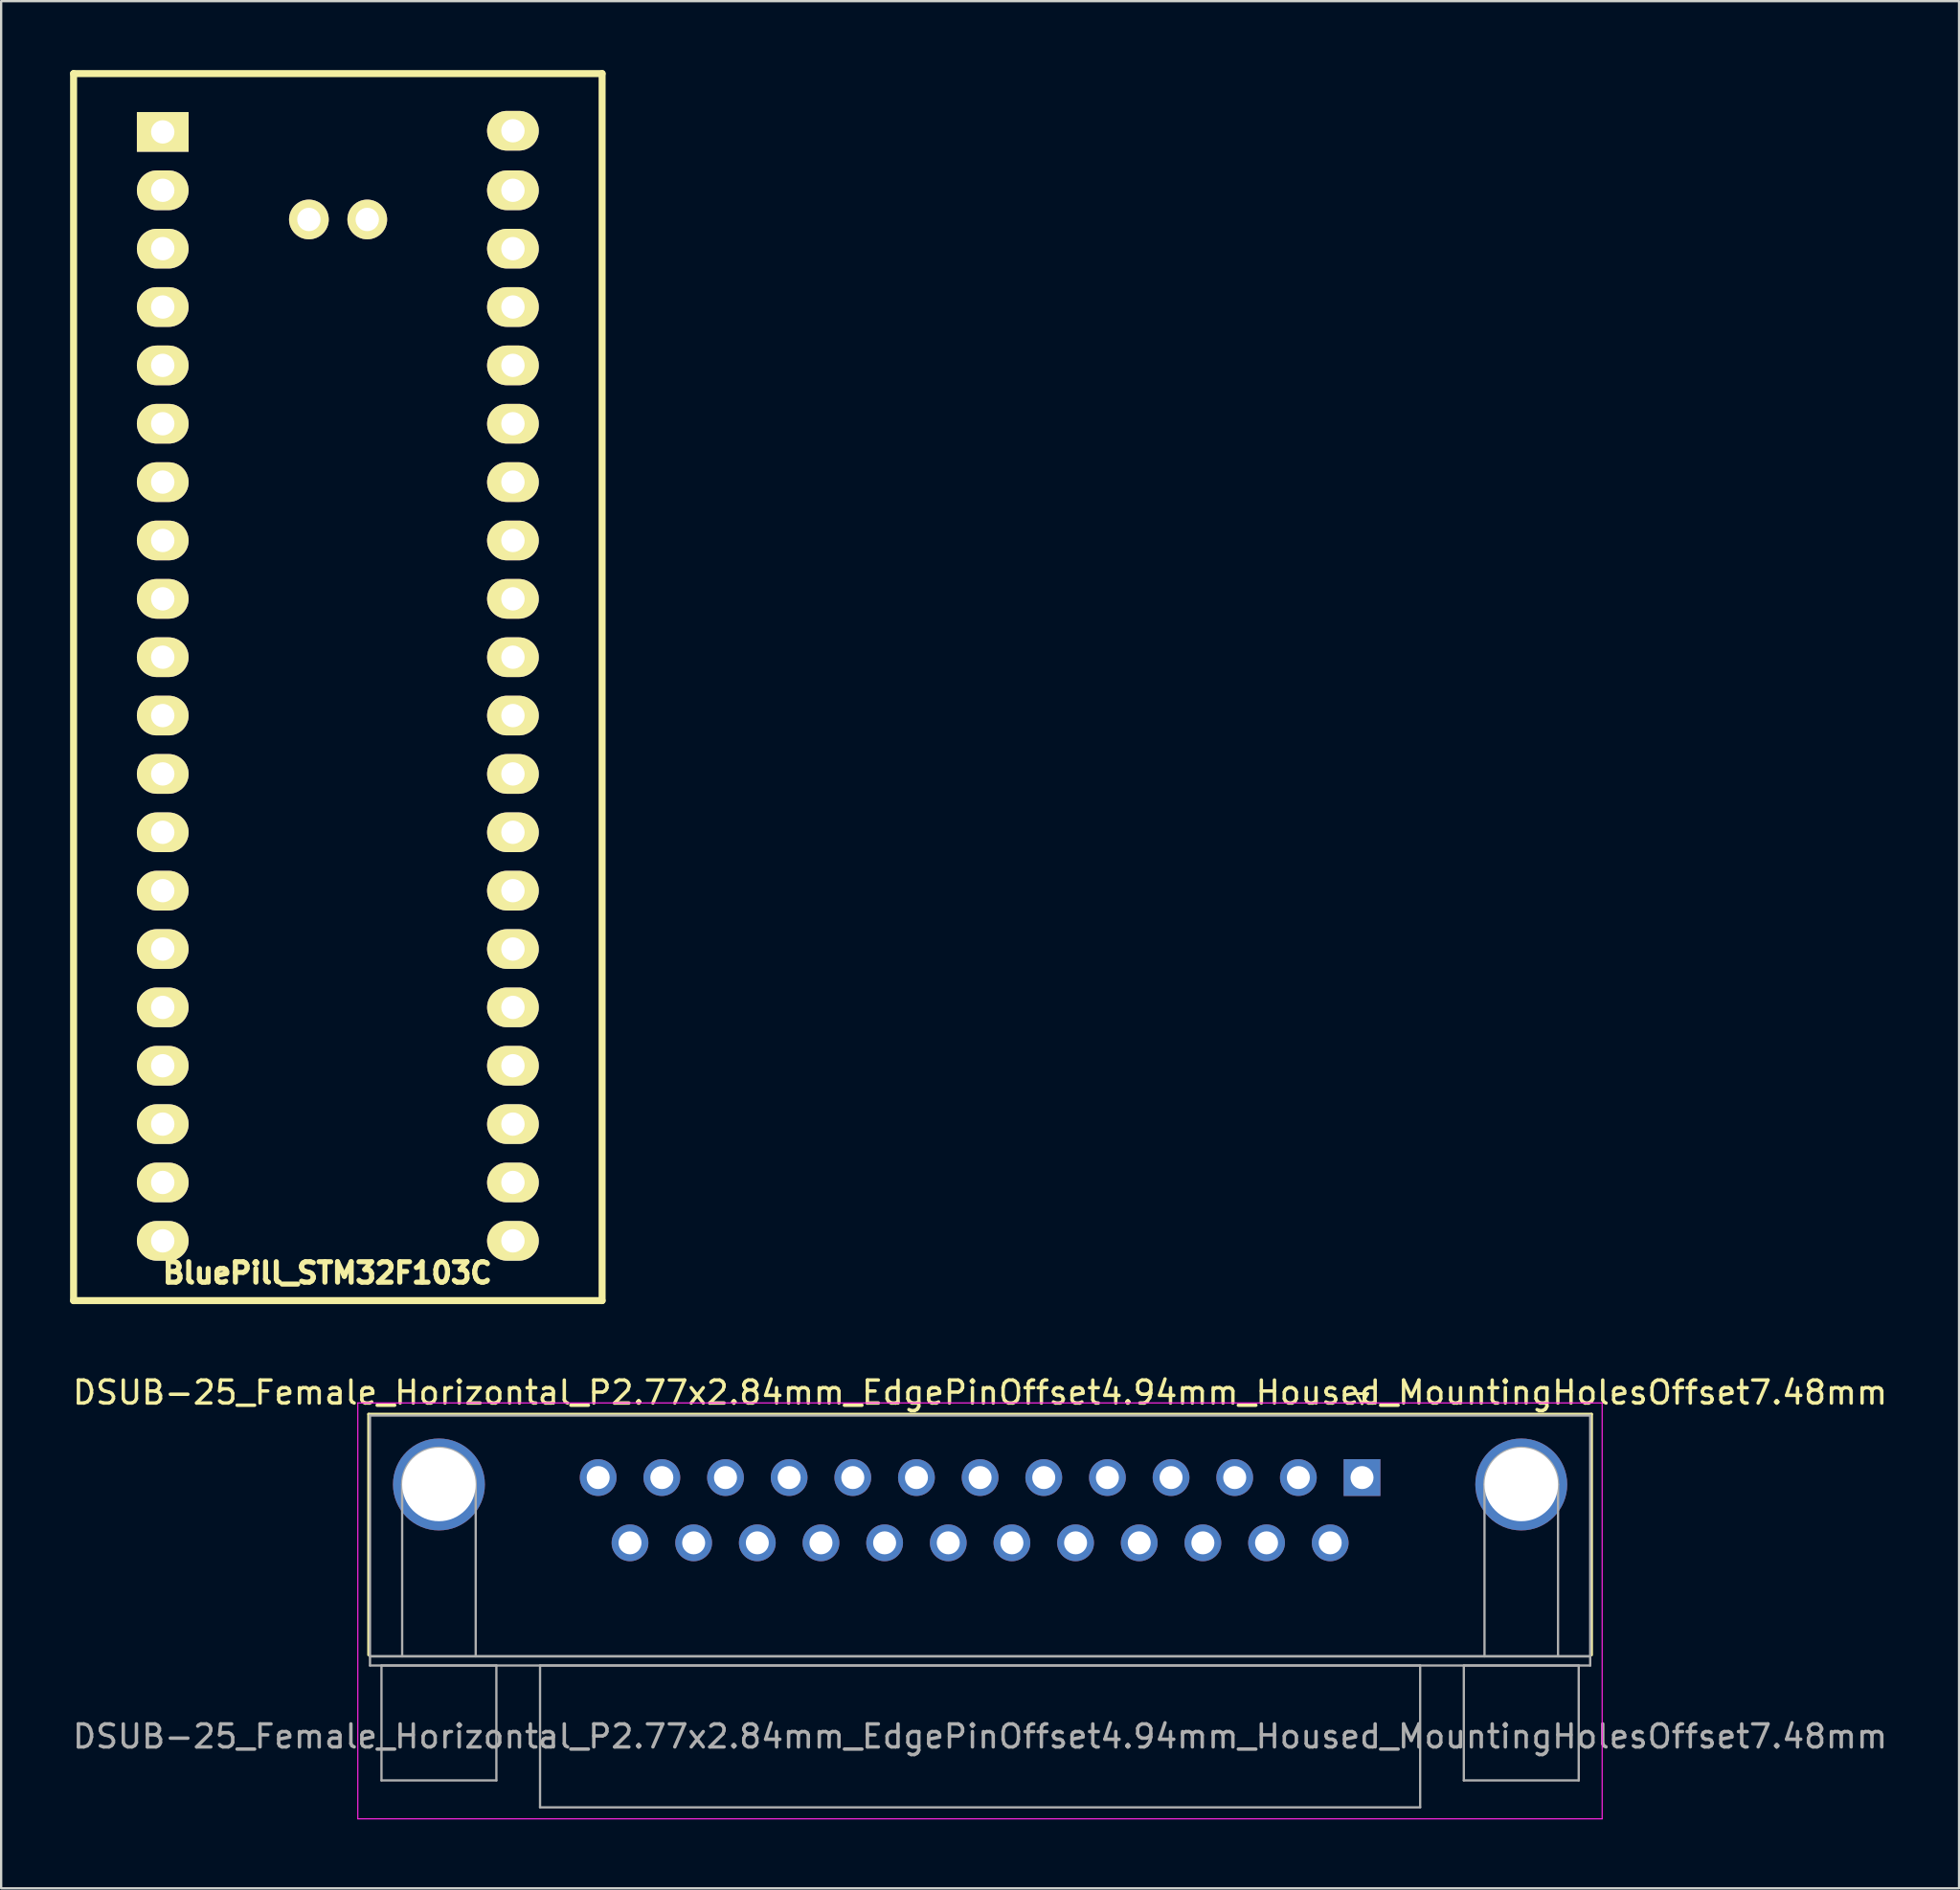
<source format=kicad_pcb>
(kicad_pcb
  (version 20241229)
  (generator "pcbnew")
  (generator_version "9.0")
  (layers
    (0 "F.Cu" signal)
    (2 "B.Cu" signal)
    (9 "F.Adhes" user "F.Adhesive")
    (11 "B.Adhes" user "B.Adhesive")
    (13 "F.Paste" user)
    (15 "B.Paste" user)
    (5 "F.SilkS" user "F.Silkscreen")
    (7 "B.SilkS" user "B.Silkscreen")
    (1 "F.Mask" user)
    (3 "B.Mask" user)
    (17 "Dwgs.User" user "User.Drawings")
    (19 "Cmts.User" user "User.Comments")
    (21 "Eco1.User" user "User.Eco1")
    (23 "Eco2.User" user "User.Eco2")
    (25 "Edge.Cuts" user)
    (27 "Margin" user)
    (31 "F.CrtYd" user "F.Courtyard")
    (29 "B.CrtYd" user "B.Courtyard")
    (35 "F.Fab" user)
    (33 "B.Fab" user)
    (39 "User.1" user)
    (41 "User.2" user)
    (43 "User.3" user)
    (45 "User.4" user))
  (footprint "BluePill_STM32F103C"
    (layer "F.Cu")
    (at 4.032 2.742)
    (property "Reference" "BluePill_STM32F103C" (at 7.163 49.606 180) (layer "F.SilkS") (effects (font (size 0.889 0.889) (thickness 0.305))))
    (attr through_hole)
    (fp_line (start -3.88 -2.59) (end 19.12 -2.59) (stroke (width 0.305) (type solid)) (layer "F.SilkS"))
    (fp_line (start -3.88 50.81) (end -3.88 -2.59) (stroke (width 0.305) (type solid)) (layer "F.SilkS"))
    (fp_line (start 19.12 -2.59) (end 19.12 50.81) (stroke (width 0.305) (type solid)) (layer "F.SilkS"))
    (fp_line (start 19.12 50.81) (end -3.88 50.81) (stroke (width 0.305) (type solid)) (layer "F.SilkS"))
    (pad "1" thru_hole rect (at 0 -0.051 270) (size 1.727 2.25) (drill 1.016) (layers "*.Cu" "*.Mask" "F.SilkS"))
    (pad "2" thru_hole oval (at 0 2.489 270) (size 1.727 2.25) (drill 1.016) (layers "*.Cu" "*.Mask" "F.SilkS"))
    (pad "3" thru_hole oval (at 0 5.029 270) (size 1.727 2.25) (drill 1.016) (layers "*.Cu" "*.Mask" "F.SilkS"))
    (pad "4" thru_hole oval (at 0 7.569 270) (size 1.727 2.25) (drill 1.016) (layers "*.Cu" "*.Mask" "F.SilkS"))
    (pad "5" thru_hole oval (at 0 10.109 270) (size 1.727 2.25) (drill 1.016) (layers "*.Cu" "*.Mask" "F.SilkS"))
    (pad "6" thru_hole oval (at 0 12.649 270) (size 1.727 2.25) (drill 1.016) (layers "*.Cu" "*.Mask" "F.SilkS"))
    (pad "7" thru_hole oval (at 0 15.189 270) (size 1.727 2.25) (drill 1.016) (layers "*.Cu" "*.Mask" "F.SilkS"))
    (pad "8" thru_hole oval (at 0 17.729 270) (size 1.727 2.25) (drill 1.016) (layers "*.Cu" "*.Mask" "F.SilkS"))
    (pad "9" thru_hole oval (at 0 20.269 270) (size 1.727 2.25) (drill 1.016) (layers "*.Cu" "*.Mask" "F.SilkS"))
    (pad "10" thru_hole oval (at 0 22.809 270) (size 1.727 2.25) (drill 1.016) (layers "*.Cu" "*.Mask" "F.SilkS"))
    (pad "11" thru_hole oval (at 0 25.349 270) (size 1.727 2.25) (drill 1.016) (layers "*.Cu" "*.Mask" "F.SilkS"))
    (pad "12" thru_hole oval (at 0 27.889 270) (size 1.727 2.25) (drill 1.016) (layers "*.Cu" "*.Mask" "F.SilkS"))
    (pad "13" thru_hole oval (at 0 30.429 270) (size 1.727 2.25) (drill 1.016) (layers "*.Cu" "*.Mask" "F.SilkS"))
    (pad "14" thru_hole oval (at 0 32.969 270) (size 1.727 2.25) (drill 1.016) (layers "*.Cu" "*.Mask" "F.SilkS"))
    (pad "15" thru_hole oval (at 0 35.509 270) (size 1.727 2.25) (drill 1.016) (layers "*.Cu" "*.Mask" "F.SilkS"))
    (pad "16" thru_hole oval (at 0 38.049 270) (size 1.727 2.25) (drill 1.016) (layers "*.Cu" "*.Mask" "F.SilkS"))
    (pad "17" thru_hole oval (at 0 40.589 270) (size 1.727 2.25) (drill 1.016) (layers "*.Cu" "*.Mask" "F.SilkS"))
    (pad "18" thru_hole oval (at 0 43.129 270) (size 1.727 2.25) (drill 1.016) (layers "*.Cu" "*.Mask" "F.SilkS"))
    (pad "19" thru_hole oval (at 0 45.669 270) (size 1.727 2.25) (drill 1.016) (layers "*.Cu" "*.Mask" "F.SilkS"))
    (pad "20" thru_hole oval (at 0 48.209 270) (size 1.727 2.25) (drill 1.016) (layers "*.Cu" "*.Mask" "F.SilkS"))
    (pad "21" thru_hole oval (at 15.24 48.209 90) (size 1.727 2.25) (drill 1.016) (layers "*.Cu" "*.Mask" "F.SilkS"))
    (pad "22" thru_hole oval (at 15.24 45.669 90) (size 1.727 2.25) (drill 1.016) (layers "*.Cu" "*.Mask" "F.SilkS"))
    (pad "23" thru_hole oval (at 15.24 43.129 90) (size 1.727 2.25) (drill 1.016) (layers "*.Cu" "*.Mask" "F.SilkS"))
    (pad "24" thru_hole oval (at 15.24 40.589 90) (size 1.727 2.25) (drill 1.016) (layers "*.Cu" "*.Mask" "F.SilkS"))
    (pad "25" thru_hole oval (at 15.24 38.049 90) (size 1.727 2.25) (drill 1.016) (layers "*.Cu" "*.Mask" "F.SilkS"))
    (pad "26" thru_hole oval (at 15.24 35.509 90) (size 1.727 2.25) (drill 1.016) (layers "*.Cu" "*.Mask" "F.SilkS"))
    (pad "27" thru_hole oval (at 15.24 32.969 90) (size 1.727 2.25) (drill 1.016) (layers "*.Cu" "*.Mask" "F.SilkS"))
    (pad "28" thru_hole oval (at 15.24 30.429 90) (size 1.727 2.25) (drill 1.016) (layers "*.Cu" "*.Mask" "F.SilkS"))
    (pad "29" thru_hole oval (at 15.24 27.889 90) (size 1.727 2.25) (drill 1.016) (layers "*.Cu" "*.Mask" "F.SilkS"))
    (pad "30" thru_hole oval (at 15.24 25.349 90) (size 1.727 2.25) (drill 1.016) (layers "*.Cu" "*.Mask" "F.SilkS"))
    (pad "31" thru_hole oval (at 15.24 22.809 90) (size 1.727 2.25) (drill 1.016) (layers "*.Cu" "*.Mask" "F.SilkS"))
    (pad "32" thru_hole oval (at 15.24 20.269 90) (size 1.727 2.25) (drill 1.016) (layers "*.Cu" "*.Mask" "F.SilkS"))
    (pad "33" thru_hole oval (at 15.24 17.729 90) (size 1.727 2.25) (drill 1.016) (layers "*.Cu" "*.Mask" "F.SilkS"))
    (pad "34" thru_hole oval (at 15.24 15.189 90) (size 1.727 2.25) (drill 1.016) (layers "*.Cu" "*.Mask" "F.SilkS"))
    (pad "35" thru_hole oval (at 15.24 12.649 90) (size 1.727 2.25) (drill 1.016) (layers "*.Cu" "*.Mask" "F.SilkS"))
    (pad "36" thru_hole oval (at 15.24 10.109 90) (size 1.727 2.25) (drill 1.016) (layers "*.Cu" "*.Mask" "F.SilkS"))
    (pad "37" thru_hole oval (at 15.24 7.569 90) (size 1.727 2.25) (drill 1.016) (layers "*.Cu" "*.Mask" "F.SilkS"))
    (pad "38" thru_hole oval (at 15.24 5.029 90) (size 1.727 2.25) (drill 1.016) (layers "*.Cu" "*.Mask" "F.SilkS"))
    (pad "39" thru_hole oval (at 15.24 2.489 90) (size 1.727 2.25) (drill 1.016) (layers "*.Cu" "*.Mask" "F.SilkS"))
    (pad "40" thru_hole oval (at 15.24 -0.102 90) (size 1.727 2.25) (drill 1.016) (layers "*.Cu" "*.Mask" "F.SilkS"))
    (pad "41" thru_hole oval (at 8.9 3.759 90) (size 1.727 1.727) (drill 1.016) (layers "*.Cu" "*.Mask" "F.SilkS"))
    (pad "42" thru_hole oval (at 6.36 3.759 90) (size 1.727 1.727) (drill 1.016) (layers "*.Cu" "*.Mask" "F.SilkS")))
  (footprint "DSUB-25_Female_Horizontal_P2.77x2.84mm_EdgePinOffset4.94mm_Housed_MountingHolesOffset7.48mm"
    (layer "F.Cu")
    (at 56.221 61.253)
    (property "Reference" "DSUB-25_Female_Horizontal_P2.77x2.84mm_EdgePinOffset4.94mm_Housed_MountingHolesOffset7.48mm" (at -16.62 -3.7 0) (layer "F.SilkS") (effects (font (size 1 1) (thickness 0.15))))
    (attr through_hole)
    (fp_line (start -43.23 -2.76) (end 9.99 -2.76) (stroke (width 0.12) (type solid)) (layer "F.SilkS"))
    (fp_line (start -43.23 7.72) (end -43.23 -2.76) (stroke (width 0.12) (type solid)) (layer "F.SilkS"))
    (fp_line (start -0.25 -3.654) (end 0.25 -3.654) (stroke (width 0.12) (type solid)) (layer "F.SilkS"))
    (fp_line (start 0 -3.221) (end -0.25 -3.654) (stroke (width 0.12) (type solid)) (layer "F.SilkS"))
    (fp_line (start 0.25 -3.654) (end 0 -3.221) (stroke (width 0.12) (type solid)) (layer "F.SilkS"))
    (fp_line (start 9.99 -2.76) (end 9.99 7.72) (stroke (width 0.12) (type solid)) (layer "F.SilkS"))
    (fp_line (start -43.7 -3.25) (end -43.7 14.85) (stroke (width 0.05) (type solid)) (layer "F.CrtYd"))
    (fp_line (start -43.7 14.85) (end 10.45 14.85) (stroke (width 0.05) (type solid)) (layer "F.CrtYd"))
    (fp_line (start 10.45 -3.25) (end -43.7 -3.25) (stroke (width 0.05) (type solid)) (layer "F.CrtYd"))
    (fp_line (start 10.45 14.85) (end 10.45 -3.25) (stroke (width 0.05) (type solid)) (layer "F.CrtYd"))
    (fp_line (start -43.17 -2.7) (end -43.17 7.78) (stroke (width 0.1) (type solid)) (layer "F.Fab"))
    (fp_line (start -43.17 7.78) (end -43.17 8.18) (stroke (width 0.1) (type solid)) (layer "F.Fab"))
    (fp_line (start -43.17 7.78) (end 9.93 7.78) (stroke (width 0.1) (type solid)) (layer "F.Fab"))
    (fp_line (start -43.17 8.18) (end 9.93 8.18) (stroke (width 0.1) (type solid)) (layer "F.Fab"))
    (fp_line (start -42.67 8.18) (end -42.67 13.18) (stroke (width 0.1) (type solid)) (layer "F.Fab"))
    (fp_line (start -42.67 13.18) (end -37.67 13.18) (stroke (width 0.1) (type solid)) (layer "F.Fab"))
    (fp_line (start -41.77 7.78) (end -41.77 0.3) (stroke (width 0.1) (type solid)) (layer "F.Fab"))
    (fp_line (start -38.57 7.78) (end -38.57 0.3) (stroke (width 0.1) (type solid)) (layer "F.Fab"))
    (fp_line (start -37.67 8.18) (end -42.67 8.18) (stroke (width 0.1) (type solid)) (layer "F.Fab"))
    (fp_line (start -37.67 13.18) (end -37.67 8.18) (stroke (width 0.1) (type solid)) (layer "F.Fab"))
    (fp_line (start -35.77 8.18) (end -35.77 14.35) (stroke (width 0.1) (type solid)) (layer "F.Fab"))
    (fp_line (start -35.77 14.35) (end 2.53 14.35) (stroke (width 0.1) (type solid)) (layer "F.Fab"))
    (fp_line (start 2.53 8.18) (end -35.77 8.18) (stroke (width 0.1) (type solid)) (layer "F.Fab"))
    (fp_line (start 2.53 14.35) (end 2.53 8.18) (stroke (width 0.1) (type solid)) (layer "F.Fab"))
    (fp_line (start 4.43 8.18) (end 4.43 13.18) (stroke (width 0.1) (type solid)) (layer "F.Fab"))
    (fp_line (start 4.43 13.18) (end 9.43 13.18) (stroke (width 0.1) (type solid)) (layer "F.Fab"))
    (fp_line (start 5.33 7.78) (end 5.33 0.3) (stroke (width 0.1) (type solid)) (layer "F.Fab"))
    (fp_line (start 8.53 7.78) (end 8.53 0.3) (stroke (width 0.1) (type solid)) (layer "F.Fab"))
    (fp_line (start 9.43 8.18) (end 4.43 8.18) (stroke (width 0.1) (type solid)) (layer "F.Fab"))
    (fp_line (start 9.43 13.18) (end 9.43 8.18) (stroke (width 0.1) (type solid)) (layer "F.Fab"))
    (fp_line (start 9.93 -2.7) (end -43.17 -2.7) (stroke (width 0.1) (type solid)) (layer "F.Fab"))
    (fp_line (start 9.93 7.78) (end -43.17 7.78) (stroke (width 0.1) (type solid)) (layer "F.Fab"))
    (fp_line (start 9.93 7.78) (end 9.93 -2.7) (stroke (width 0.1) (type solid)) (layer "F.Fab"))
    (fp_line (start 9.93 8.18) (end 9.93 7.78) (stroke (width 0.1) (type solid)) (layer "F.Fab"))
    (fp_arc (start -41.77 0.3) (mid -40.17 -1.3) (end -38.57 0.3) (stroke (width 0.1) (type solid)) (layer "F.Fab"))
    (fp_arc (start 5.33 0.3) (mid 6.93 -1.3) (end 8.53 0.3) (stroke (width 0.1) (type solid)) (layer "F.Fab"))
    (fp_text user "${REFERENCE}" (at -16.62 11.265 0) (layer "F.Fab") (effects (font (size 1 1) (thickness 0.15))))
    (pad "0" thru_hole circle (at -40.17 0.3) (size 4 4) (drill 3.2) (layers "*.Cu" "*.Mask"))
    (pad "0" thru_hole circle (at 6.93 0.3) (size 4 4) (drill 3.2) (layers "*.Cu" "*.Mask"))
    (pad "1" thru_hole rect (at 0 0) (size 1.6 1.6) (drill 1) (layers "*.Cu" "*.Mask"))
    (pad "2" thru_hole circle (at -2.77 0) (size 1.6 1.6) (drill 1) (layers "*.Cu" "*.Mask"))
    (pad "3" thru_hole circle (at -5.54 0) (size 1.6 1.6) (drill 1) (layers "*.Cu" "*.Mask"))
    (pad "4" thru_hole circle (at -8.31 0) (size 1.6 1.6) (drill 1) (layers "*.Cu" "*.Mask"))
    (pad "5" thru_hole circle (at -11.08 0) (size 1.6 1.6) (drill 1) (layers "*.Cu" "*.Mask"))
    (pad "6" thru_hole circle (at -13.85 0) (size 1.6 1.6) (drill 1) (layers "*.Cu" "*.Mask"))
    (pad "7" thru_hole circle (at -16.62 0) (size 1.6 1.6) (drill 1) (layers "*.Cu" "*.Mask"))
    (pad "8" thru_hole circle (at -19.39 0) (size 1.6 1.6) (drill 1) (layers "*.Cu" "*.Mask"))
    (pad "9" thru_hole circle (at -22.16 0) (size 1.6 1.6) (drill 1) (layers "*.Cu" "*.Mask"))
    (pad "10" thru_hole circle (at -24.93 0) (size 1.6 1.6) (drill 1) (layers "*.Cu" "*.Mask"))
    (pad "11" thru_hole circle (at -27.7 0) (size 1.6 1.6) (drill 1) (layers "*.Cu" "*.Mask"))
    (pad "12" thru_hole circle (at -30.47 0) (size 1.6 1.6) (drill 1) (layers "*.Cu" "*.Mask"))
    (pad "13" thru_hole circle (at -33.24 0) (size 1.6 1.6) (drill 1) (layers "*.Cu" "*.Mask"))
    (pad "14" thru_hole circle (at -1.385 2.84) (size 1.6 1.6) (drill 1) (layers "*.Cu" "*.Mask"))
    (pad "15" thru_hole circle (at -4.155 2.84) (size 1.6 1.6) (drill 1) (layers "*.Cu" "*.Mask"))
    (pad "16" thru_hole circle (at -6.925 2.84) (size 1.6 1.6) (drill 1) (layers "*.Cu" "*.Mask"))
    (pad "17" thru_hole circle (at -9.695 2.84) (size 1.6 1.6) (drill 1) (layers "*.Cu" "*.Mask"))
    (pad "18" thru_hole circle (at -12.465 2.84) (size 1.6 1.6) (drill 1) (layers "*.Cu" "*.Mask"))
    (pad "19" thru_hole circle (at -15.235 2.84) (size 1.6 1.6) (drill 1) (layers "*.Cu" "*.Mask"))
    (pad "20" thru_hole circle (at -18.005 2.84) (size 1.6 1.6) (drill 1) (layers "*.Cu" "*.Mask"))
    (pad "21" thru_hole circle (at -20.775 2.84) (size 1.6 1.6) (drill 1) (layers "*.Cu" "*.Mask"))
    (pad "22" thru_hole circle (at -23.545 2.84) (size 1.6 1.6) (drill 1) (layers "*.Cu" "*.Mask"))
    (pad "23" thru_hole circle (at -26.315 2.84) (size 1.6 1.6) (drill 1) (layers "*.Cu" "*.Mask"))
    (pad "24" thru_hole circle (at -29.085 2.84) (size 1.6 1.6) (drill 1) (layers "*.Cu" "*.Mask"))
    (pad "25" thru_hole circle (at -31.855 2.84) (size 1.6 1.6) (drill 1) (layers "*.Cu" "*.Mask")))
  (gr_rect
    (start -3 -3)
    (end 82.202 79.128)
    (stroke (width 0.1) (type default))
    (fill no)
    (layer "Edge.Cuts")))
</source>
